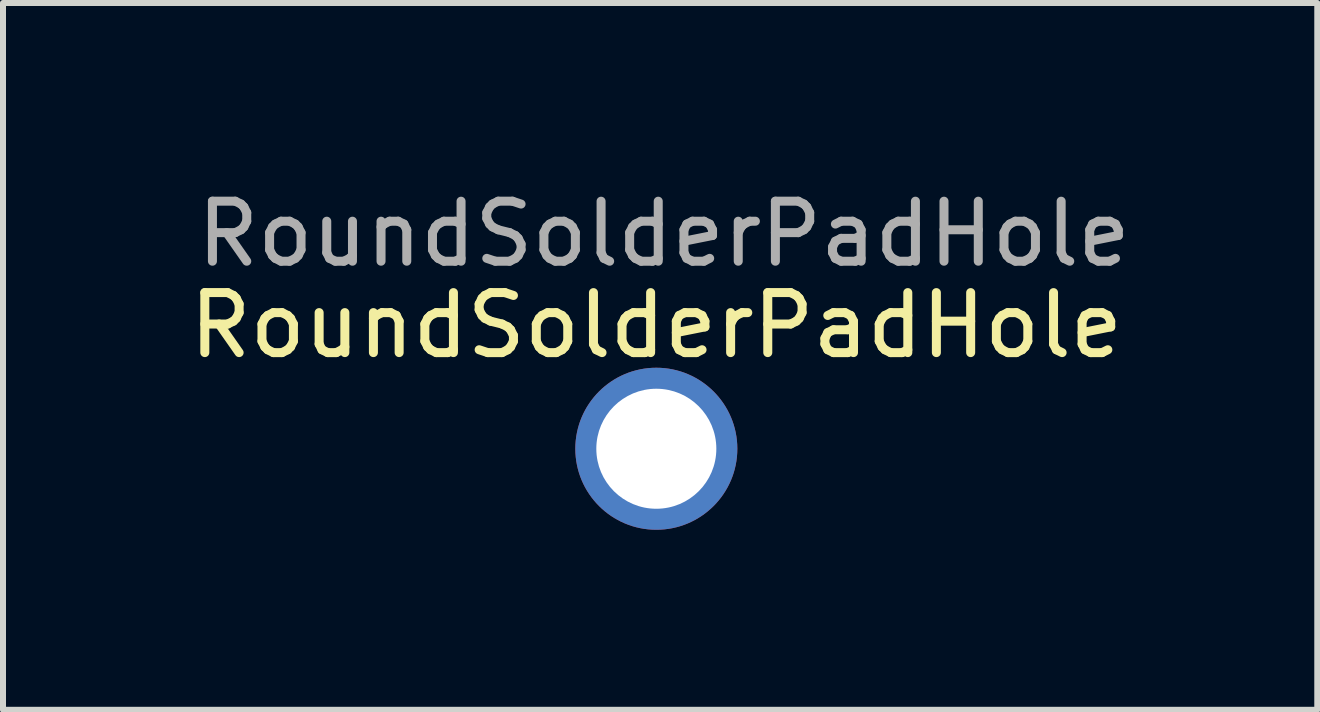
<source format=kicad_pcb>
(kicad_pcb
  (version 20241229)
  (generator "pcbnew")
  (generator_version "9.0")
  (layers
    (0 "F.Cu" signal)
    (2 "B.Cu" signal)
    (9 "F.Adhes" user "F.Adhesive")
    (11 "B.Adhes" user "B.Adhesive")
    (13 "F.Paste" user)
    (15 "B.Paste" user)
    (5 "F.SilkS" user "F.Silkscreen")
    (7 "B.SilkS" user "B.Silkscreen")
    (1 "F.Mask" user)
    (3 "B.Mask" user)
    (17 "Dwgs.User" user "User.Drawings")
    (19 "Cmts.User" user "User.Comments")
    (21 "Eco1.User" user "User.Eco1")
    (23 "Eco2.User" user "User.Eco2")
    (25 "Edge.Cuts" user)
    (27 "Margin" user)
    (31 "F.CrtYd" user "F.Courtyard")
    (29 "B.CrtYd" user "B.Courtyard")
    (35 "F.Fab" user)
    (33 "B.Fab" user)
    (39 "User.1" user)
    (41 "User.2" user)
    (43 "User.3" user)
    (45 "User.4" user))
  (footprint "RoundSolderPadHole"
    (layer "F.Cu")
    (at 7.912 4.428)
    (property "Reference" "RoundSolderPadHole" (at -0.025 -2.057 0) (unlocked yes) (layer "F.SilkS") (effects (font (size 1 1) (thickness 0.15))))
    (attr exclude_from_pos_files)
    (fp_text user "${REFERENCE}" (at 0.102 -3.58 0) (unlocked yes) (layer "F.Fab") (effects (font (size 1 1) (thickness 0.15))))
    (pad "1" thru_hole circle (at -0.025 0) (size 2.7 2.7) (drill 2) (layers "*.Cu" "*.Mask")))
  (gr_rect
    (start -3 -3)
    (end 18.901 8.778)
    (stroke (width 0.1) (type default))
    (fill no)
    (layer "Edge.Cuts")))
</source>
